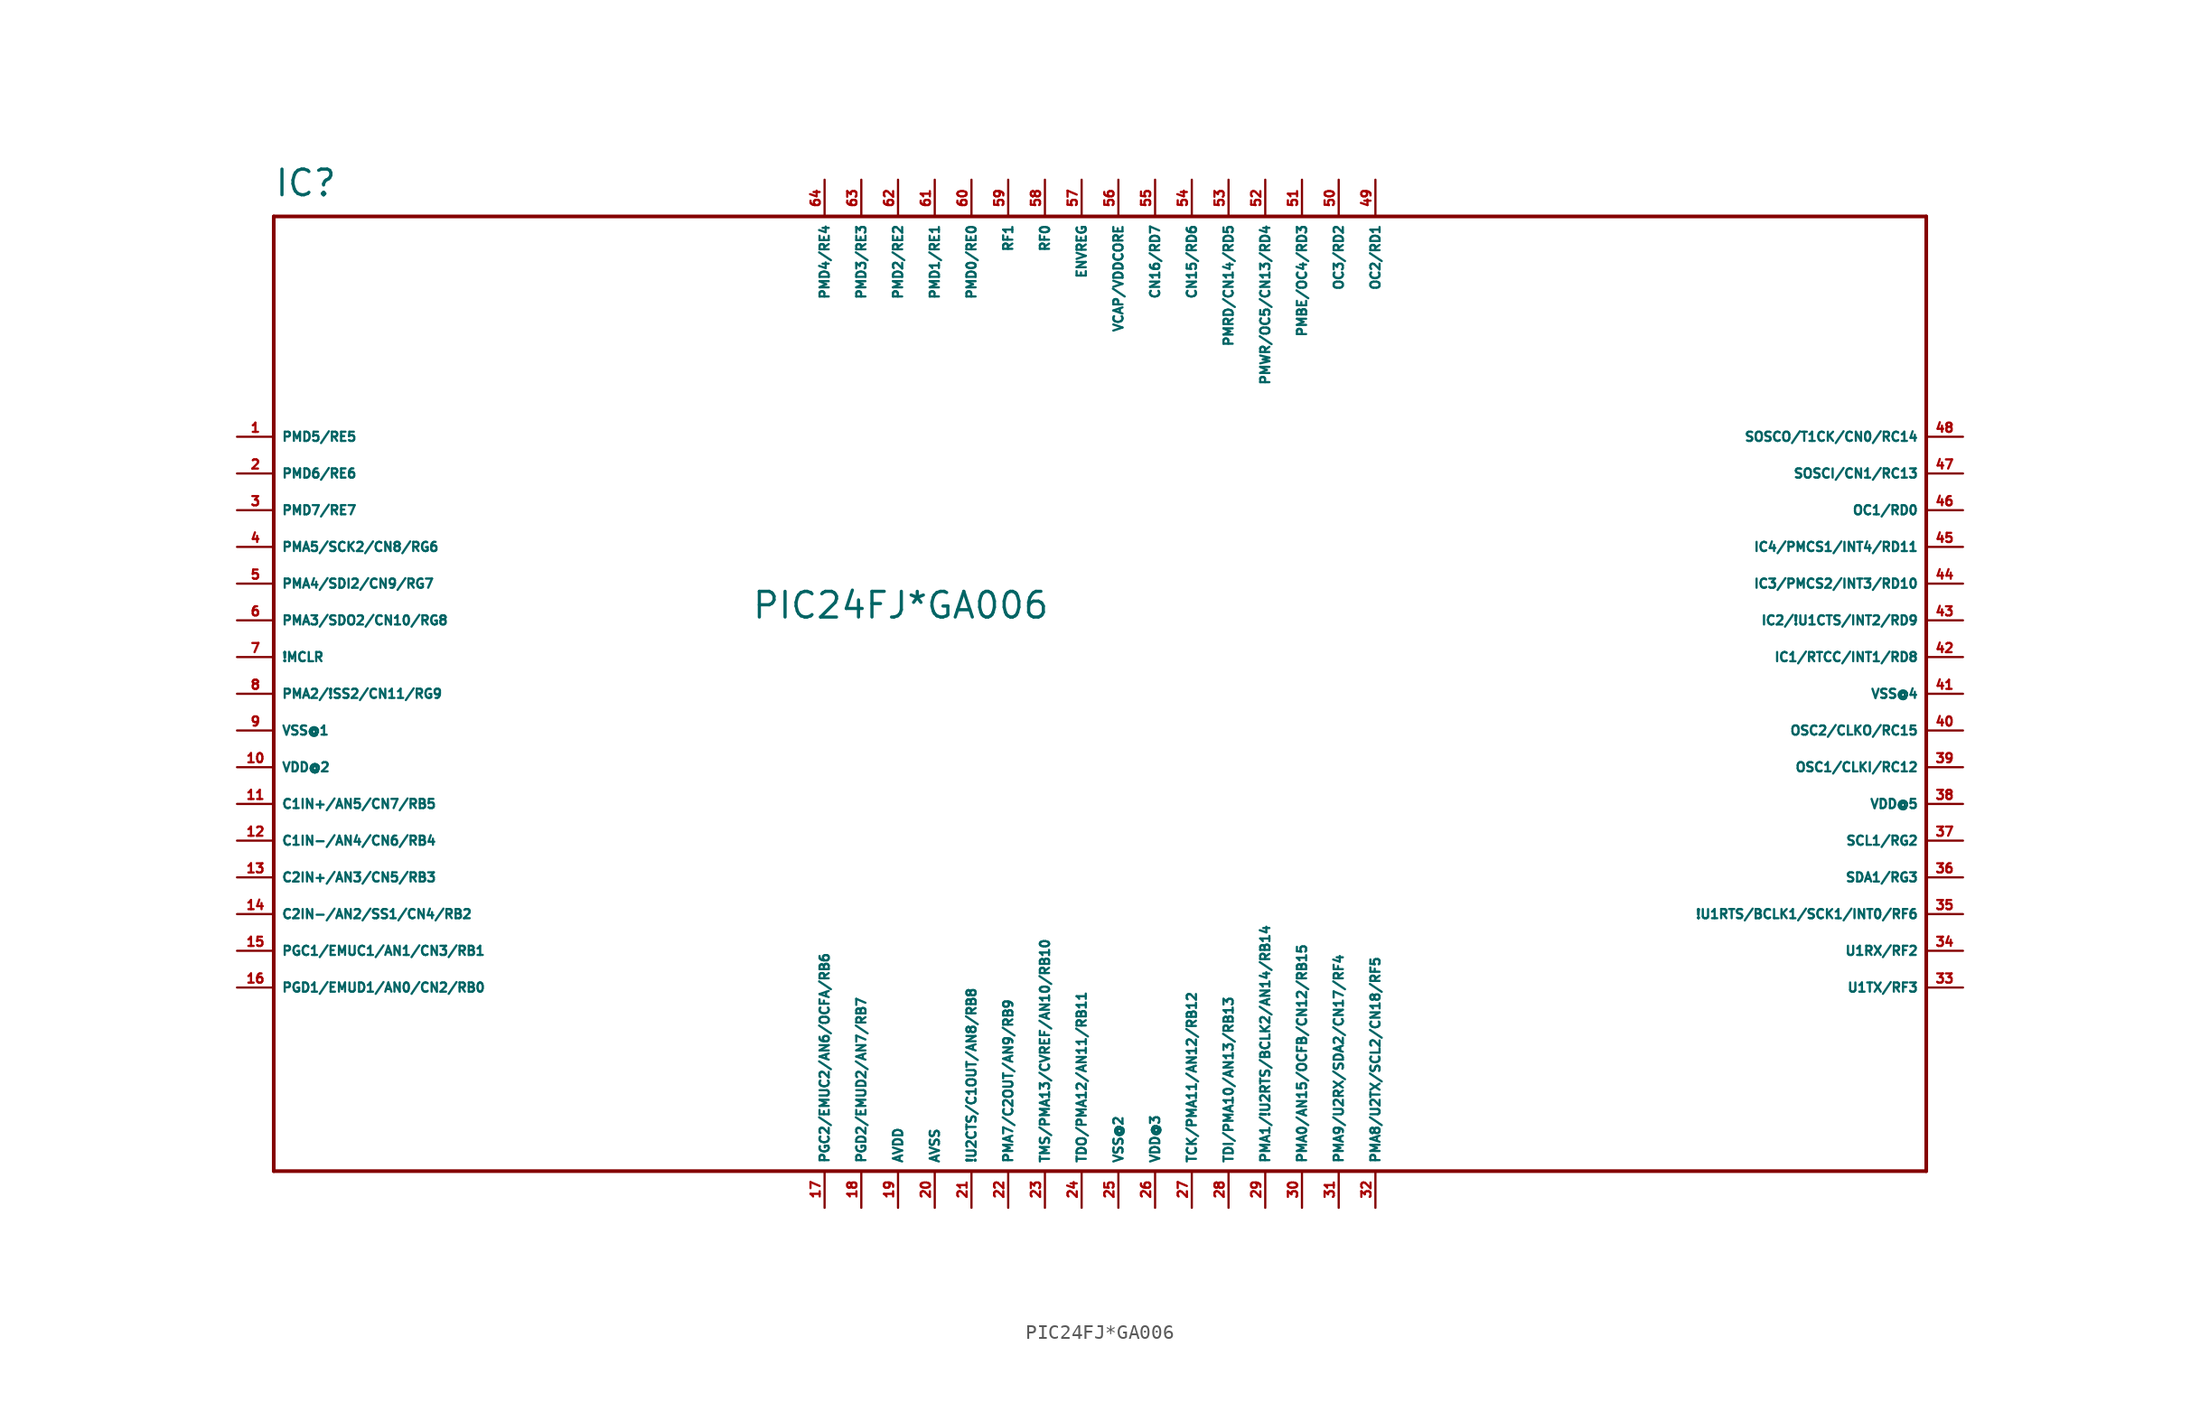
<source format=kicad_sym>
(kicad_symbol_lib
  (version 20220914)
  (generator Eagle2Kicad)
  (symbol "PIC24FJ*GA006"
    (property "Reference" "IC"
      (at -58.42 34.29 0)
      (effects (font (size 1.778 1.778) (thickness 0.22)) (justify left bottom)))
    (property "Value" "PIC24FJ*GA006"
      (at -25.4 5.08 0)
      (effects (font (size 1.778 1.778) (thickness 0.22)) (justify left bottom)))
    (polyline
      (pts (xy -58.42 33.02) (xy 55.88 33.02))
      (stroke (width 0.254) (type default))
      (fill (type none)))
    (polyline
      (pts (xy 55.88 33.02) (xy 55.88 -33.02))
      (stroke (width 0.254) (type default))
      (fill (type none)))
    (polyline
      (pts (xy 55.88 -33.02) (xy -58.42 -33.02))
      (stroke (width 0.254) (type default))
      (fill (type none)))
    (polyline
      (pts (xy -58.42 -33.02) (xy -58.42 33.02))
      (stroke (width 0.254) (type default))
      (fill (type none)))
    (pin bidirectional line
      (at -60.96 17.78 0)
      (length 2.54)
      (name "PMD5/RE5" (effects (font (size 0.635 0.635) (thickness 0.08)) (justify left bottom)))
      (number "1" (effects (font (size 0.635 0.635) (thickness 0.08)) (justify left bottom))))
    (pin bidirectional line
      (at -60.96 15.24 0)
      (length 2.54)
      (name "PMD6/RE6" (effects (font (size 0.635 0.635) (thickness 0.08)) (justify left bottom)))
      (number "2" (effects (font (size 0.635 0.635) (thickness 0.08)) (justify left bottom))))
    (pin bidirectional line
      (at -60.96 12.7 0)
      (length 2.54)
      (name "PMD7/RE7" (effects (font (size 0.635 0.635) (thickness 0.08)) (justify left bottom)))
      (number "3" (effects (font (size 0.635 0.635) (thickness 0.08)) (justify left bottom))))
    (pin bidirectional line
      (at -60.96 10.16 0)
      (length 2.54)
      (name "PMA5/SCK2/CN8/RG6" (effects (font (size 0.635 0.635) (thickness 0.08)) (justify left bottom)))
      (number "4" (effects (font (size 0.635 0.635) (thickness 0.08)) (justify left bottom))))
    (pin bidirectional line
      (at -60.96 7.62 0)
      (length 2.54)
      (name "PMA4/SDI2/CN9/RG7" (effects (font (size 0.635 0.635) (thickness 0.08)) (justify left bottom)))
      (number "5" (effects (font (size 0.635 0.635) (thickness 0.08)) (justify left bottom))))
    (pin bidirectional line
      (at -60.96 5.08 0)
      (length 2.54)
      (name "PMA3/SDO2/CN10/RG8" (effects (font (size 0.635 0.635) (thickness 0.08)) (justify left bottom)))
      (number "6" (effects (font (size 0.635 0.635) (thickness 0.08)) (justify left bottom))))
    (pin bidirectional line
      (at -60.96 2.54 0)
      (length 2.54)
      (name "!MCLR" (effects (font (size 0.635 0.635) (thickness 0.08)) (justify left bottom)))
      (number "7" (effects (font (size 0.635 0.635) (thickness 0.08)) (justify left bottom))))
    (pin bidirectional line
      (at -60.96 0 0)
      (length 2.54)
      (name "PMA2/!SS2/CN11/RG9" (effects (font (size 0.635 0.635) (thickness 0.08)) (justify left bottom)))
      (number "8" (effects (font (size 0.635 0.635) (thickness 0.08)) (justify left bottom))))
    (pin unspecified line
      (at -60.96 -2.54 0)
      (length 2.54)
      (name "VSS@1" (effects (font (size 0.635 0.635) (thickness 0.08)) (justify left bottom)))
      (number "9" (effects (font (size 0.635 0.635) (thickness 0.08)) (justify left bottom))))
    (pin unspecified line
      (at -60.96 -5.08 0)
      (length 2.54)
      (name "VDD@2" (effects (font (size 0.635 0.635) (thickness 0.08)) (justify left bottom)))
      (number "10" (effects (font (size 0.635 0.635) (thickness 0.08)) (justify left bottom))))
    (pin bidirectional line
      (at -60.96 -7.62 0)
      (length 2.54)
      (name "C1IN+/AN5/CN7/RB5" (effects (font (size 0.635 0.635) (thickness 0.08)) (justify left bottom)))
      (number "11" (effects (font (size 0.635 0.635) (thickness 0.08)) (justify left bottom))))
    (pin bidirectional line
      (at -60.96 -10.16 0)
      (length 2.54)
      (name "C1IN-/AN4/CN6/RB4" (effects (font (size 0.635 0.635) (thickness 0.08)) (justify left bottom)))
      (number "12" (effects (font (size 0.635 0.635) (thickness 0.08)) (justify left bottom))))
    (pin bidirectional line
      (at -60.96 -12.7 0)
      (length 2.54)
      (name "C2IN+/AN3/CN5/RB3" (effects (font (size 0.635 0.635) (thickness 0.08)) (justify left bottom)))
      (number "13" (effects (font (size 0.635 0.635) (thickness 0.08)) (justify left bottom))))
    (pin bidirectional line
      (at -60.96 -15.24 0)
      (length 2.54)
      (name "C2IN-/AN2/SS1/CN4/RB2" (effects (font (size 0.635 0.635) (thickness 0.08)) (justify left bottom)))
      (number "14" (effects (font (size 0.635 0.635) (thickness 0.08)) (justify left bottom))))
    (pin bidirectional line
      (at -60.96 -17.78 0)
      (length 2.54)
      (name "PGC1/EMUC1/AN1/CN3/RB1" (effects (font (size 0.635 0.635) (thickness 0.08)) (justify left bottom)))
      (number "15" (effects (font (size 0.635 0.635) (thickness 0.08)) (justify left bottom))))
    (pin bidirectional line
      (at -60.96 -20.32 0)
      (length 2.54)
      (name "PGD1/EMUD1/AN0/CN2/RB0" (effects (font (size 0.635 0.635) (thickness 0.08)) (justify left bottom)))
      (number "16" (effects (font (size 0.635 0.635) (thickness 0.08)) (justify left bottom))))
    (pin bidirectional line
      (at -20.32 -35.56 90)
      (length 2.54)
      (name "PGC2/EMUC2/AN6/OCFA/RB6" (effects (font (size 0.635 0.635) (thickness 0.08)) (justify left bottom)))
      (number "17" (effects (font (size 0.635 0.635) (thickness 0.08)) (justify left bottom))))
    (pin bidirectional line
      (at -17.78 -35.56 90)
      (length 2.54)
      (name "PGD2/EMUD2/AN7/RB7" (effects (font (size 0.635 0.635) (thickness 0.08)) (justify left bottom)))
      (number "18" (effects (font (size 0.635 0.635) (thickness 0.08)) (justify left bottom))))
    (pin unspecified line
      (at -15.24 -35.56 90)
      (length 2.54)
      (name "AVDD" (effects (font (size 0.635 0.635) (thickness 0.08)) (justify left bottom)))
      (number "19" (effects (font (size 0.635 0.635) (thickness 0.08)) (justify left bottom))))
    (pin unspecified line
      (at -12.7 -35.56 90)
      (length 2.54)
      (name "AVSS" (effects (font (size 0.635 0.635) (thickness 0.08)) (justify left bottom)))
      (number "20" (effects (font (size 0.635 0.635) (thickness 0.08)) (justify left bottom))))
    (pin bidirectional line
      (at -10.16 -35.56 90)
      (length 2.54)
      (name "!U2CTS/C1OUT/AN8/RB8" (effects (font (size 0.635 0.635) (thickness 0.08)) (justify left bottom)))
      (number "21" (effects (font (size 0.635 0.635) (thickness 0.08)) (justify left bottom))))
    (pin bidirectional line
      (at -7.62 -35.56 90)
      (length 2.54)
      (name "PMA7/C2OUT/AN9/RB9" (effects (font (size 0.635 0.635) (thickness 0.08)) (justify left bottom)))
      (number "22" (effects (font (size 0.635 0.635) (thickness 0.08)) (justify left bottom))))
    (pin bidirectional line
      (at -5.08 -35.56 90)
      (length 2.54)
      (name "TMS/PMA13/CVREF/AN10/RB10" (effects (font (size 0.635 0.635) (thickness 0.08)) (justify left bottom)))
      (number "23" (effects (font (size 0.635 0.635) (thickness 0.08)) (justify left bottom))))
    (pin bidirectional line
      (at -2.54 -35.56 90)
      (length 2.54)
      (name "TDO/PMA12/AN11/RB11" (effects (font (size 0.635 0.635) (thickness 0.08)) (justify left bottom)))
      (number "24" (effects (font (size 0.635 0.635) (thickness 0.08)) (justify left bottom))))
    (pin unspecified line
      (at 0 -35.56 90)
      (length 2.54)
      (name "VSS@2" (effects (font (size 0.635 0.635) (thickness 0.08)) (justify left bottom)))
      (number "25" (effects (font (size 0.635 0.635) (thickness 0.08)) (justify left bottom))))
    (pin unspecified line
      (at 2.54 -35.56 90)
      (length 2.54)
      (name "VDD@3" (effects (font (size 0.635 0.635) (thickness 0.08)) (justify left bottom)))
      (number "26" (effects (font (size 0.635 0.635) (thickness 0.08)) (justify left bottom))))
    (pin bidirectional line
      (at 5.08 -35.56 90)
      (length 2.54)
      (name "TCK/PMA11/AN12/RB12" (effects (font (size 0.635 0.635) (thickness 0.08)) (justify left bottom)))
      (number "27" (effects (font (size 0.635 0.635) (thickness 0.08)) (justify left bottom))))
    (pin bidirectional line
      (at 7.62 -35.56 90)
      (length 2.54)
      (name "TDI/PMA10/AN13/RB13" (effects (font (size 0.635 0.635) (thickness 0.08)) (justify left bottom)))
      (number "28" (effects (font (size 0.635 0.635) (thickness 0.08)) (justify left bottom))))
    (pin bidirectional line
      (at 10.16 -35.56 90)
      (length 2.54)
      (name "PMA1/!U2RTS/BCLK2/AN14/RB14" (effects (font (size 0.635 0.635) (thickness 0.08)) (justify left bottom)))
      (number "29" (effects (font (size 0.635 0.635) (thickness 0.08)) (justify left bottom))))
    (pin bidirectional line
      (at 12.7 -35.56 90)
      (length 2.54)
      (name "PMA0/AN15/OCFB/CN12/RB15" (effects (font (size 0.635 0.635) (thickness 0.08)) (justify left bottom)))
      (number "30" (effects (font (size 0.635 0.635) (thickness 0.08)) (justify left bottom))))
    (pin bidirectional line
      (at 15.24 -35.56 90)
      (length 2.54)
      (name "PMA9/U2RX/SDA2/CN17/RF4" (effects (font (size 0.635 0.635) (thickness 0.08)) (justify left bottom)))
      (number "31" (effects (font (size 0.635 0.635) (thickness 0.08)) (justify left bottom))))
    (pin bidirectional line
      (at 17.78 -35.56 90)
      (length 2.54)
      (name "PMA8/U2TX/SCL2/CN18/RF5" (effects (font (size 0.635 0.635) (thickness 0.08)) (justify left bottom)))
      (number "32" (effects (font (size 0.635 0.635) (thickness 0.08)) (justify left bottom))))
    (pin bidirectional line
      (at 58.42 -20.32 180)
      (length 2.54)
      (name "U1TX/RF3" (effects (font (size 0.635 0.635) (thickness 0.08)) (justify left bottom)))
      (number "33" (effects (font (size 0.635 0.635) (thickness 0.08)) (justify left bottom))))
    (pin bidirectional line
      (at 58.42 -17.78 180)
      (length 2.54)
      (name "U1RX/RF2" (effects (font (size 0.635 0.635) (thickness 0.08)) (justify left bottom)))
      (number "34" (effects (font (size 0.635 0.635) (thickness 0.08)) (justify left bottom))))
    (pin bidirectional line
      (at 58.42 -15.24 180)
      (length 2.54)
      (name "!U1RTS/BCLK1/SCK1/INT0/RF6" (effects (font (size 0.635 0.635) (thickness 0.08)) (justify left bottom)))
      (number "35" (effects (font (size 0.635 0.635) (thickness 0.08)) (justify left bottom))))
    (pin bidirectional line
      (at 58.42 -12.7 180)
      (length 2.54)
      (name "SDA1/RG3" (effects (font (size 0.635 0.635) (thickness 0.08)) (justify left bottom)))
      (number "36" (effects (font (size 0.635 0.635) (thickness 0.08)) (justify left bottom))))
    (pin bidirectional line
      (at 58.42 -10.16 180)
      (length 2.54)
      (name "SCL1/RG2" (effects (font (size 0.635 0.635) (thickness 0.08)) (justify left bottom)))
      (number "37" (effects (font (size 0.635 0.635) (thickness 0.08)) (justify left bottom))))
    (pin unspecified line
      (at 58.42 -7.62 180)
      (length 2.54)
      (name "VDD@5" (effects (font (size 0.635 0.635) (thickness 0.08)) (justify left bottom)))
      (number "38" (effects (font (size 0.635 0.635) (thickness 0.08)) (justify left bottom))))
    (pin bidirectional line
      (at 58.42 -5.08 180)
      (length 2.54)
      (name "OSC1/CLKI/RC12" (effects (font (size 0.635 0.635) (thickness 0.08)) (justify left bottom)))
      (number "39" (effects (font (size 0.635 0.635) (thickness 0.08)) (justify left bottom))))
    (pin bidirectional line
      (at 58.42 -2.54 180)
      (length 2.54)
      (name "OSC2/CLKO/RC15" (effects (font (size 0.635 0.635) (thickness 0.08)) (justify left bottom)))
      (number "40" (effects (font (size 0.635 0.635) (thickness 0.08)) (justify left bottom))))
    (pin unspecified line
      (at 58.42 0 180)
      (length 2.54)
      (name "VSS@4" (effects (font (size 0.635 0.635) (thickness 0.08)) (justify left bottom)))
      (number "41" (effects (font (size 0.635 0.635) (thickness 0.08)) (justify left bottom))))
    (pin bidirectional line
      (at 58.42 2.54 180)
      (length 2.54)
      (name "IC1/RTCC/INT1/RD8" (effects (font (size 0.635 0.635) (thickness 0.08)) (justify left bottom)))
      (number "42" (effects (font (size 0.635 0.635) (thickness 0.08)) (justify left bottom))))
    (pin bidirectional line
      (at 58.42 5.08 180)
      (length 2.54)
      (name "IC2/!U1CTS/INT2/RD9" (effects (font (size 0.635 0.635) (thickness 0.08)) (justify left bottom)))
      (number "43" (effects (font (size 0.635 0.635) (thickness 0.08)) (justify left bottom))))
    (pin bidirectional line
      (at 58.42 7.62 180)
      (length 2.54)
      (name "IC3/PMCS2/INT3/RD10" (effects (font (size 0.635 0.635) (thickness 0.08)) (justify left bottom)))
      (number "44" (effects (font (size 0.635 0.635) (thickness 0.08)) (justify left bottom))))
    (pin bidirectional line
      (at 58.42 10.16 180)
      (length 2.54)
      (name "IC4/PMCS1/INT4/RD11" (effects (font (size 0.635 0.635) (thickness 0.08)) (justify left bottom)))
      (number "45" (effects (font (size 0.635 0.635) (thickness 0.08)) (justify left bottom))))
    (pin bidirectional line
      (at 58.42 12.7 180)
      (length 2.54)
      (name "OC1/RD0" (effects (font (size 0.635 0.635) (thickness 0.08)) (justify left bottom)))
      (number "46" (effects (font (size 0.635 0.635) (thickness 0.08)) (justify left bottom))))
    (pin bidirectional line
      (at 58.42 15.24 180)
      (length 2.54)
      (name "SOSCI/CN1/RC13" (effects (font (size 0.635 0.635) (thickness 0.08)) (justify left bottom)))
      (number "47" (effects (font (size 0.635 0.635) (thickness 0.08)) (justify left bottom))))
    (pin bidirectional line
      (at 58.42 17.78 180)
      (length 2.54)
      (name "SOSCO/T1CK/CN0/RC14" (effects (font (size 0.635 0.635) (thickness 0.08)) (justify left bottom)))
      (number "48" (effects (font (size 0.635 0.635) (thickness 0.08)) (justify left bottom))))
    (pin bidirectional line
      (at 17.78 35.56 270)
      (length 2.54)
      (name "OC2/RD1" (effects (font (size 0.635 0.635) (thickness 0.08)) (justify left bottom)))
      (number "49" (effects (font (size 0.635 0.635) (thickness 0.08)) (justify left bottom))))
    (pin bidirectional line
      (at 15.24 35.56 270)
      (length 2.54)
      (name "OC3/RD2" (effects (font (size 0.635 0.635) (thickness 0.08)) (justify left bottom)))
      (number "50" (effects (font (size 0.635 0.635) (thickness 0.08)) (justify left bottom))))
    (pin bidirectional line
      (at 12.7 35.56 270)
      (length 2.54)
      (name "PMBE/OC4/RD3" (effects (font (size 0.635 0.635) (thickness 0.08)) (justify left bottom)))
      (number "51" (effects (font (size 0.635 0.635) (thickness 0.08)) (justify left bottom))))
    (pin bidirectional line
      (at 10.16 35.56 270)
      (length 2.54)
      (name "PMWR/OC5/CN13/RD4" (effects (font (size 0.635 0.635) (thickness 0.08)) (justify left bottom)))
      (number "52" (effects (font (size 0.635 0.635) (thickness 0.08)) (justify left bottom))))
    (pin bidirectional line
      (at 7.62 35.56 270)
      (length 2.54)
      (name "PMRD/CN14/RD5" (effects (font (size 0.635 0.635) (thickness 0.08)) (justify left bottom)))
      (number "53" (effects (font (size 0.635 0.635) (thickness 0.08)) (justify left bottom))))
    (pin bidirectional line
      (at 5.08 35.56 270)
      (length 2.54)
      (name "CN15/RD6" (effects (font (size 0.635 0.635) (thickness 0.08)) (justify left bottom)))
      (number "54" (effects (font (size 0.635 0.635) (thickness 0.08)) (justify left bottom))))
    (pin bidirectional line
      (at 2.54 35.56 270)
      (length 2.54)
      (name "CN16/RD7" (effects (font (size 0.635 0.635) (thickness 0.08)) (justify left bottom)))
      (number "55" (effects (font (size 0.635 0.635) (thickness 0.08)) (justify left bottom))))
    (pin bidirectional line
      (at 0 35.56 270)
      (length 2.54)
      (name "VCAP/VDDCORE" (effects (font (size 0.635 0.635) (thickness 0.08)) (justify left bottom)))
      (number "56" (effects (font (size 0.635 0.635) (thickness 0.08)) (justify left bottom))))
    (pin bidirectional line
      (at -2.54 35.56 270)
      (length 2.54)
      (name "ENVREG" (effects (font (size 0.635 0.635) (thickness 0.08)) (justify left bottom)))
      (number "57" (effects (font (size 0.635 0.635) (thickness 0.08)) (justify left bottom))))
    (pin bidirectional line
      (at -5.08 35.56 270)
      (length 2.54)
      (name "RF0" (effects (font (size 0.635 0.635) (thickness 0.08)) (justify left bottom)))
      (number "58" (effects (font (size 0.635 0.635) (thickness 0.08)) (justify left bottom))))
    (pin bidirectional line
      (at -7.62 35.56 270)
      (length 2.54)
      (name "RF1" (effects (font (size 0.635 0.635) (thickness 0.08)) (justify left bottom)))
      (number "59" (effects (font (size 0.635 0.635) (thickness 0.08)) (justify left bottom))))
    (pin bidirectional line
      (at -10.16 35.56 270)
      (length 2.54)
      (name "PMD0/RE0" (effects (font (size 0.635 0.635) (thickness 0.08)) (justify left bottom)))
      (number "60" (effects (font (size 0.635 0.635) (thickness 0.08)) (justify left bottom))))
    (pin bidirectional line
      (at -12.7 35.56 270)
      (length 2.54)
      (name "PMD1/RE1" (effects (font (size 0.635 0.635) (thickness 0.08)) (justify left bottom)))
      (number "61" (effects (font (size 0.635 0.635) (thickness 0.08)) (justify left bottom))))
    (pin bidirectional line
      (at -15.24 35.56 270)
      (length 2.54)
      (name "PMD2/RE2" (effects (font (size 0.635 0.635) (thickness 0.08)) (justify left bottom)))
      (number "62" (effects (font (size 0.635 0.635) (thickness 0.08)) (justify left bottom))))
    (pin bidirectional line
      (at -17.78 35.56 270)
      (length 2.54)
      (name "PMD3/RE3" (effects (font (size 0.635 0.635) (thickness 0.08)) (justify left bottom)))
      (number "63" (effects (font (size 0.635 0.635) (thickness 0.08)) (justify left bottom))))
    (pin bidirectional line
      (at -20.32 35.56 270)
      (length 2.54)
      (name "PMD4/RE4" (effects (font (size 0.635 0.635) (thickness 0.08)) (justify left bottom)))
      (number "64" (effects (font (size 0.635 0.635) (thickness 0.08)) (justify left bottom))))))
</source>
